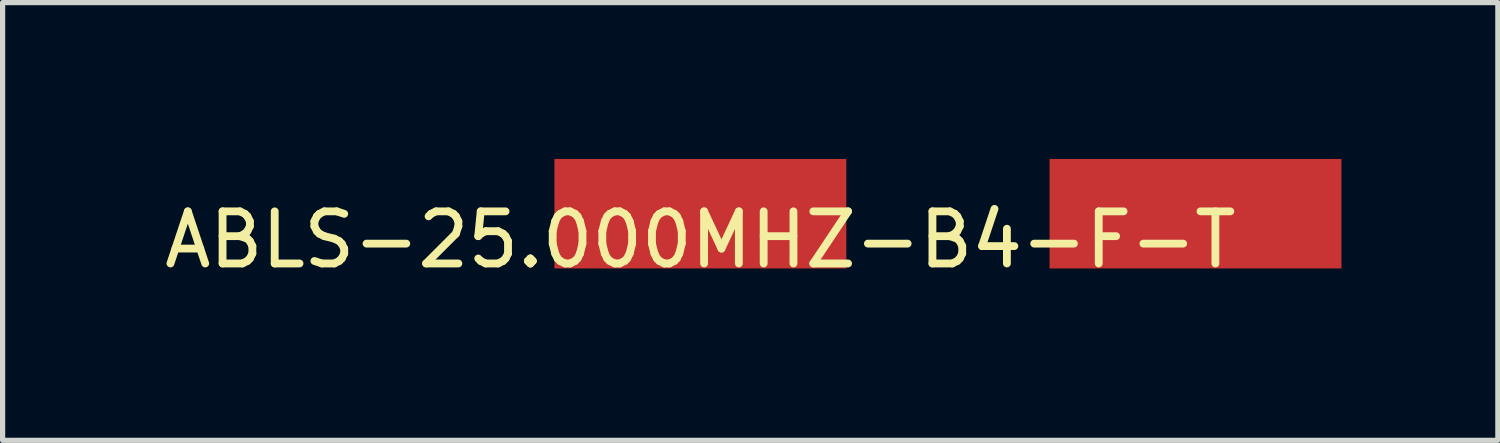
<source format=kicad_pcb>
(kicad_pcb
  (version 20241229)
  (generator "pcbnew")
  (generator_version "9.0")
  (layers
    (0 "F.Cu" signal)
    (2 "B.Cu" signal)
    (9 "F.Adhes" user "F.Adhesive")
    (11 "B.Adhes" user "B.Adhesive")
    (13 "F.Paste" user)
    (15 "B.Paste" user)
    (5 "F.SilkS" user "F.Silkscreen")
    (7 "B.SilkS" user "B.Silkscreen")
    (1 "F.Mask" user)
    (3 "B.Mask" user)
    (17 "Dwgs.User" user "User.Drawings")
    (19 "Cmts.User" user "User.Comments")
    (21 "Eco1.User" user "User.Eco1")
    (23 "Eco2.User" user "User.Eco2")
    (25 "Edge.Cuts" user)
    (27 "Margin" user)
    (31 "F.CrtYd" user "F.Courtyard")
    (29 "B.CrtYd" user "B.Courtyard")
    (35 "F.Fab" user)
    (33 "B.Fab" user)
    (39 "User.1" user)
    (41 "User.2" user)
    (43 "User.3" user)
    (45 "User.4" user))
  (footprint "ABLS-25.000MHZ-B4-F-T"
    (layer "F.Cu")
    (at 10.387 1.05)
    (property "Reference" "ABLS-25.000MHZ-B4-F-T" (at 0 0.5 0) (layer "F.SilkS") (effects (font (size 1 1) (thickness 0.15))))
    (attr through_hole)
    (pad "1" smd rect (at 0 0) (size 5.6 2.1) (layers "F.Cu" "F.Mask" "F.Paste"))
    (pad "2" smd rect (at 9.5 0) (size 5.6 2.1) (layers "F.Cu" "F.Mask" "F.Paste")))
  (gr_rect
    (start -3 -3)
    (end 25.687 5.398)
    (stroke (width 0.1) (type default))
    (fill no)
    (layer "Edge.Cuts")))
</source>
